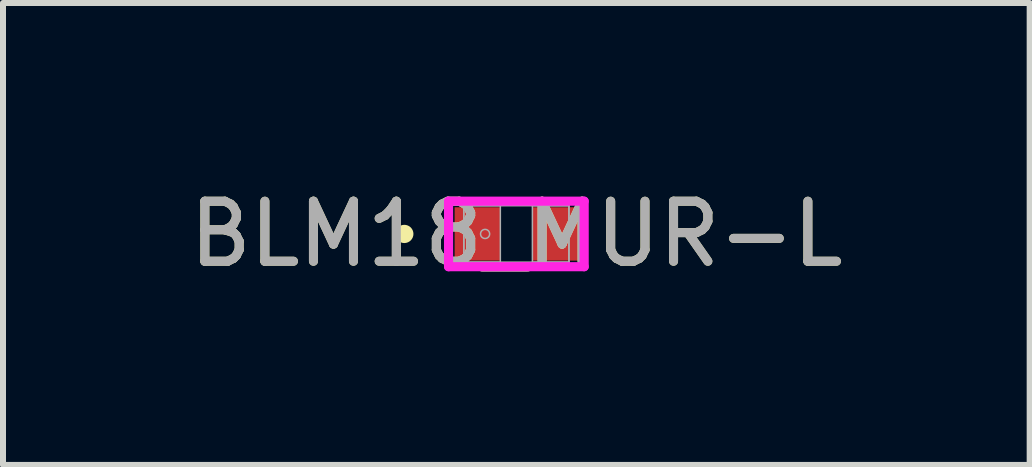
<source format=kicad_pcb>
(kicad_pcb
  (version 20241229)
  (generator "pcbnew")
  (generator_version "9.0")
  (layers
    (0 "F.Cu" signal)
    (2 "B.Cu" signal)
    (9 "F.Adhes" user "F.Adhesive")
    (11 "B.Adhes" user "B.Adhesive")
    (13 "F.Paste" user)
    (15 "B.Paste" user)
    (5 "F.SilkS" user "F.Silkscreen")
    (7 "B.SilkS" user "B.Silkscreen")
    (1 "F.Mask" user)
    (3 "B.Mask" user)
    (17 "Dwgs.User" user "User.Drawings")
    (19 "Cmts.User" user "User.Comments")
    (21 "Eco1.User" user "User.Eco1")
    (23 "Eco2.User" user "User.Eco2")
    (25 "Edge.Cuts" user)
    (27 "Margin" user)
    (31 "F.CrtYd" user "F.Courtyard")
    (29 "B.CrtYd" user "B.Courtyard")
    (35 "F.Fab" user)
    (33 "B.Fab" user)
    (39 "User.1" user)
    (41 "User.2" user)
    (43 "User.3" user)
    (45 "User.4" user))
  (footprint "BLM18_MUR-L"
    (layer "F.Cu")
    (at 5.554 0.848)
    (property "Reference" "BLM18_MUR-L" (at 0 0 0) (unlocked yes) (layer "F.SilkS") (effects (font (size 1 1) (thickness 0.15))))
    (attr smd)
    (fp_circle (center -1.867 0) (end -1.791 0) (stroke (width 0.152) (type solid)) (fill no) (layer "F.SilkS"))
    (fp_line (start -1.13 -0.546) (end 1.13 -0.546) (stroke (width 0.152) (type solid)) (layer "F.CrtYd"))
    (fp_line (start -1.13 0.546) (end -1.13 -0.546) (stroke (width 0.152) (type solid)) (layer "F.CrtYd"))
    (fp_line (start 1.13 -0.546) (end 1.13 0.546) (stroke (width 0.152) (type solid)) (layer "F.CrtYd"))
    (fp_line (start 1.13 0.546) (end -1.13 0.546) (stroke (width 0.152) (type solid)) (layer "F.CrtYd"))
    (fp_line (start -0.876 -0.47) (end -0.876 0.47) (stroke (width 0.025) (type solid)) (layer "F.Fab"))
    (fp_line (start -0.876 -0.47) (end -0.876 0.47) (stroke (width 0.025) (type solid)) (layer "F.Fab"))
    (fp_line (start -0.876 0.47) (end -0.267 0.47) (stroke (width 0.025) (type solid)) (layer "F.Fab"))
    (fp_line (start -0.876 0.47) (end 0.876 0.47) (stroke (width 0.025) (type solid)) (layer "F.Fab"))
    (fp_line (start -0.267 -0.47) (end -0.876 -0.47) (stroke (width 0.025) (type solid)) (layer "F.Fab"))
    (fp_line (start -0.267 0.47) (end -0.267 -0.47) (stroke (width 0.025) (type solid)) (layer "F.Fab"))
    (fp_line (start 0.267 -0.47) (end 0.267 0.47) (stroke (width 0.025) (type solid)) (layer "F.Fab"))
    (fp_line (start 0.267 0.47) (end 0.876 0.47) (stroke (width 0.025) (type solid)) (layer "F.Fab"))
    (fp_line (start 0.876 -0.47) (end -0.876 -0.47) (stroke (width 0.025) (type solid)) (layer "F.Fab"))
    (fp_line (start 0.876 -0.47) (end 0.267 -0.47) (stroke (width 0.025) (type solid)) (layer "F.Fab"))
    (fp_line (start 0.876 0.47) (end 0.876 -0.47) (stroke (width 0.025) (type solid)) (layer "F.Fab"))
    (fp_line (start 0.876 0.47) (end 0.876 -0.47) (stroke (width 0.025) (type solid)) (layer "F.Fab"))
    (fp_circle (center -0.521 0) (end -0.445 0) (stroke (width 0.025) (type solid)) (fill no) (layer "F.Fab"))
    (fp_text user "${REFERENCE}" (at 0 0 0) (unlocked yes) (layer "F.Fab") (effects (font (size 1 1) (thickness 0.15))))
    (pad "1" smd rect (at -0.648 0) (size 0.762 0.889) (layers "F.Cu" "F.Mask" "F.Paste"))
    (pad "2" smd rect (at 0.648 0) (size 0.762 0.889) (layers "F.Cu" "F.Mask" "F.Paste"))
    (zone (net_name "") (layer "F.Cu") (hatch full 0.508) (connect_pads) (min_thickness 0.254) (filled_areas_thickness no) (keepout (tracks not_allowed) (vias not_allowed) (pads allowed) (copperpour not_allowed) (footprints allowed)) (placement (enabled no)) (fill) (polygon (pts (xy 5.338 0.429) (xy 5.769 0.429) (xy 5.769 1.267) (xy 5.338 1.267)))))
  (gr_rect
    (start -3 -3)
    (end 14.107 4.697)
    (stroke (width 0.1) (type default))
    (fill no)
    (layer "Edge.Cuts")))
</source>
